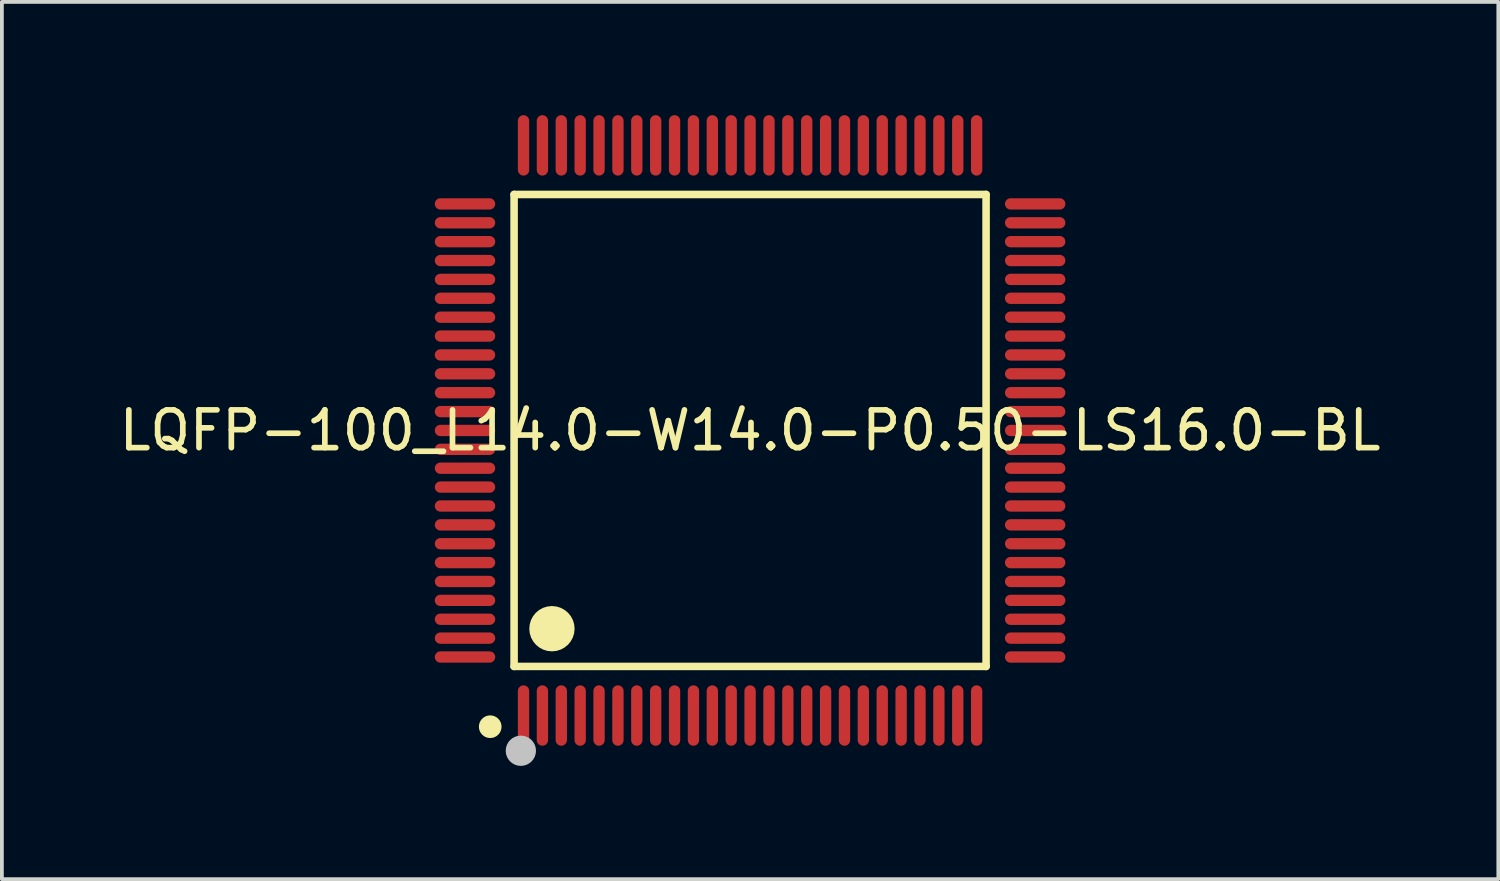
<source format=kicad_pcb>
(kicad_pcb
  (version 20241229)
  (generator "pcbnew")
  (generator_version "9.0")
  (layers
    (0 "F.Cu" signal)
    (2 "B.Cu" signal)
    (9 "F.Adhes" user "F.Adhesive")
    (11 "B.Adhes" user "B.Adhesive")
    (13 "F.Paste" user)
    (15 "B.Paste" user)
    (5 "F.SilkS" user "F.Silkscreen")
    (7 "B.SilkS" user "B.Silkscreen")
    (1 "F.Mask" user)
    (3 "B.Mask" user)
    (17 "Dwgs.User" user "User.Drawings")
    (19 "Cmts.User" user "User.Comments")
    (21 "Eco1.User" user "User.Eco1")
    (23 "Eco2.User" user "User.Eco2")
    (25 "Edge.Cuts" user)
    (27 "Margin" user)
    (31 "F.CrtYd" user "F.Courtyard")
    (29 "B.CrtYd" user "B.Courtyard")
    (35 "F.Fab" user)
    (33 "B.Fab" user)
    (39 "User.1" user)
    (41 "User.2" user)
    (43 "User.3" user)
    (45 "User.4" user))
  (footprint "LQFP-100_L14.0-W14.0-P0.50-LS16.0-BL"
    (layer "F.Cu")
    (at 16.815 8.35)
    (property "Reference" "LQFP-100_L14.0-W14.0-P0.50-LS16.0-BL" (at 0 0 0) (layer "F.SilkS") (effects (font (size 1 1) (thickness 0.15))))
    (fp_line (start -6.25 -6.25) (end -6.25 6.25) (stroke (width 0.2) (type default)) (layer "F.SilkS"))
    (fp_line (start -6.25 6.25) (end 6.25 6.25) (stroke (width 0.2) (type default)) (layer "F.SilkS"))
    (fp_line (start 6.25 -6.25) (end -6.25 -6.25) (stroke (width 0.2) (type default)) (layer "F.SilkS"))
    (fp_line (start 6.25 6.25) (end 6.25 -6.25) (stroke (width 0.2) (type default)) (layer "F.SilkS"))
    (fp_arc (start -6.881 7.696) (mid -6.88175 7.996003) (end -6.8835 7.696) (stroke (width 0.3) (type default)) (layer "F.SilkS"))
    (fp_arc (start -5.245 4.9505) (mid -5.2475 5.55051) (end -5.25 4.9505) (stroke (width 0.6) (type default)) (layer "F.SilkS"))
    (fp_circle (center -6.071 8.483) (end -5.87 8.483) (stroke (width 0.4) (type default)) (fill no) (layer "Dwgs.User"))
    (fp_poly (pts (xy -8 -5.89) (xy -8 -6.11) (xy -7.4 -6.11) (xy -7.4 -5.89)) (stroke (width 0.1) (type default)) (fill no) (layer "User.1"))
    (fp_poly (pts (xy -8 -5.39) (xy -8 -5.61) (xy -7.4 -5.61) (xy -7.4 -5.39)) (stroke (width 0.1) (type default)) (fill no) (layer "User.1"))
    (fp_poly (pts (xy -8 -4.89) (xy -8 -5.11) (xy -7.4 -5.11) (xy -7.4 -4.89)) (stroke (width 0.1) (type default)) (fill no) (layer "User.1"))
    (fp_poly (pts (xy -8 -4.39) (xy -8 -4.61) (xy -7.4 -4.61) (xy -7.4 -4.39)) (stroke (width 0.1) (type default)) (fill no) (layer "User.1"))
    (fp_poly (pts (xy -8 -3.89) (xy -8 -4.11) (xy -7.4 -4.11) (xy -7.4 -3.89)) (stroke (width 0.1) (type default)) (fill no) (layer "User.1"))
    (fp_poly (pts (xy -8 -3.39) (xy -8 -3.61) (xy -7.4 -3.61) (xy -7.4 -3.39)) (stroke (width 0.1) (type default)) (fill no) (layer "User.1"))
    (fp_poly (pts (xy -8 -2.89) (xy -8 -3.11) (xy -7.4 -3.11) (xy -7.4 -2.89)) (stroke (width 0.1) (type default)) (fill no) (layer "User.1"))
    (fp_poly (pts (xy -8 -2.39) (xy -8 -2.61) (xy -7.4 -2.61) (xy -7.4 -2.39)) (stroke (width 0.1) (type default)) (fill no) (layer "User.1"))
    (fp_poly (pts (xy -8 -1.89) (xy -8 -2.11) (xy -7.4 -2.11) (xy -7.4 -1.89)) (stroke (width 0.1) (type default)) (fill no) (layer "User.1"))
    (fp_poly (pts (xy -8 -1.39) (xy -8 -1.61) (xy -7.4 -1.61) (xy -7.4 -1.39)) (stroke (width 0.1) (type default)) (fill no) (layer "User.1"))
    (fp_poly (pts (xy -8 -0.89) (xy -8 -1.11) (xy -7.4 -1.11) (xy -7.4 -0.89)) (stroke (width 0.1) (type default)) (fill no) (layer "User.1"))
    (fp_poly (pts (xy -8 -0.39) (xy -8 -0.61) (xy -7.4 -0.61) (xy -7.4 -0.39)) (stroke (width 0.1) (type default)) (fill no) (layer "User.1"))
    (fp_poly (pts (xy -8 0.11) (xy -8 -0.11) (xy -7.4 -0.11) (xy -7.4 0.11)) (stroke (width 0.1) (type default)) (fill no) (layer "User.1"))
    (fp_poly (pts (xy -8 0.61) (xy -8 0.39) (xy -7.4 0.39) (xy -7.4 0.61)) (stroke (width 0.1) (type default)) (fill no) (layer "User.1"))
    (fp_poly (pts (xy -8 1.11) (xy -8 0.89) (xy -7.4 0.89) (xy -7.4 1.11)) (stroke (width 0.1) (type default)) (fill no) (layer "User.1"))
    (fp_poly (pts (xy -8 1.61) (xy -8 1.39) (xy -7.4 1.39) (xy -7.4 1.61)) (stroke (width 0.1) (type default)) (fill no) (layer "User.1"))
    (fp_poly (pts (xy -8 2.11) (xy -8 1.89) (xy -7.4 1.89) (xy -7.4 2.11)) (stroke (width 0.1) (type default)) (fill no) (layer "User.1"))
    (fp_poly (pts (xy -8 2.61) (xy -8 2.39) (xy -7.4 2.39) (xy -7.4 2.61)) (stroke (width 0.1) (type default)) (fill no) (layer "User.1"))
    (fp_poly (pts (xy -8 3.11) (xy -8 2.89) (xy -7.4 2.89) (xy -7.4 3.11)) (stroke (width 0.1) (type default)) (fill no) (layer "User.1"))
    (fp_poly (pts (xy -8 3.61) (xy -8 3.39) (xy -7.4 3.39) (xy -7.4 3.61)) (stroke (width 0.1) (type default)) (fill no) (layer "User.1"))
    (fp_poly (pts (xy -8 4.11) (xy -8 3.89) (xy -7.4 3.89) (xy -7.4 4.11)) (stroke (width 0.1) (type default)) (fill no) (layer "User.1"))
    (fp_poly (pts (xy -8 4.61) (xy -8 4.39) (xy -7.4 4.39) (xy -7.4 4.61)) (stroke (width 0.1) (type default)) (fill no) (layer "User.1"))
    (fp_poly (pts (xy -8 5.11) (xy -8 4.89) (xy -7.4 4.89) (xy -7.4 5.11)) (stroke (width 0.1) (type default)) (fill no) (layer "User.1"))
    (fp_poly (pts (xy -8 5.61) (xy -8 5.39) (xy -7.4 5.39) (xy -7.4 5.61)) (stroke (width 0.1) (type default)) (fill no) (layer "User.1"))
    (fp_poly (pts (xy -8 6.11) (xy -8 5.89) (xy -7.4 5.89) (xy -7.4 6.11)) (stroke (width 0.1) (type default)) (fill no) (layer "User.1"))
    (fp_poly (pts (xy -7.41 -5.89) (xy -7.41 -6.11) (xy -6.99 -6.11) (xy -6.99 -5.89)) (stroke (width 0.1) (type default)) (fill no) (layer "User.1"))
    (fp_poly (pts (xy -7.41 -5.39) (xy -7.41 -5.61) (xy -6.99 -5.61) (xy -6.99 -5.39)) (stroke (width 0.1) (type default)) (fill no) (layer "User.1"))
    (fp_poly (pts (xy -7.41 -4.89) (xy -7.41 -5.11) (xy -6.99 -5.11) (xy -6.99 -4.89)) (stroke (width 0.1) (type default)) (fill no) (layer "User.1"))
    (fp_poly (pts (xy -7.41 -4.39) (xy -7.41 -4.61) (xy -6.99 -4.61) (xy -6.99 -4.39)) (stroke (width 0.1) (type default)) (fill no) (layer "User.1"))
    (fp_poly (pts (xy -7.41 -3.89) (xy -7.41 -4.11) (xy -6.99 -4.11) (xy -6.99 -3.89)) (stroke (width 0.1) (type default)) (fill no) (layer "User.1"))
    (fp_poly (pts (xy -7.41 -3.39) (xy -7.41 -3.61) (xy -6.99 -3.61) (xy -6.99 -3.39)) (stroke (width 0.1) (type default)) (fill no) (layer "User.1"))
    (fp_poly (pts (xy -7.41 -2.89) (xy -7.41 -3.11) (xy -6.99 -3.11) (xy -6.99 -2.89)) (stroke (width 0.1) (type default)) (fill no) (layer "User.1"))
    (fp_poly (pts (xy -7.41 -2.39) (xy -7.41 -2.61) (xy -6.99 -2.61) (xy -6.99 -2.39)) (stroke (width 0.1) (type default)) (fill no) (layer "User.1"))
    (fp_poly (pts (xy -7.41 -1.89) (xy -7.41 -2.11) (xy -6.99 -2.11) (xy -6.99 -1.89)) (stroke (width 0.1) (type default)) (fill no) (layer "User.1"))
    (fp_poly (pts (xy -7.41 -1.39) (xy -7.41 -1.61) (xy -6.99 -1.61) (xy -6.99 -1.39)) (stroke (width 0.1) (type default)) (fill no) (layer "User.1"))
    (fp_poly (pts (xy -7.41 -0.89) (xy -7.41 -1.11) (xy -6.99 -1.11) (xy -6.99 -0.89)) (stroke (width 0.1) (type default)) (fill no) (layer "User.1"))
    (fp_poly (pts (xy -7.41 -0.39) (xy -7.41 -0.61) (xy -6.99 -0.61) (xy -6.99 -0.39)) (stroke (width 0.1) (type default)) (fill no) (layer "User.1"))
    (fp_poly (pts (xy -7.41 0.11) (xy -7.41 -0.11) (xy -6.99 -0.11) (xy -6.99 0.11)) (stroke (width 0.1) (type default)) (fill no) (layer "User.1"))
    (fp_poly (pts (xy -7.41 0.61) (xy -7.41 0.39) (xy -6.99 0.39) (xy -6.99 0.61)) (stroke (width 0.1) (type default)) (fill no) (layer "User.1"))
    (fp_poly (pts (xy -7.41 1.11) (xy -7.41 0.89) (xy -6.99 0.89) (xy -6.99 1.11)) (stroke (width 0.1) (type default)) (fill no) (layer "User.1"))
    (fp_poly (pts (xy -7.41 1.61) (xy -7.41 1.39) (xy -6.99 1.39) (xy -6.99 1.61)) (stroke (width 0.1) (type default)) (fill no) (layer "User.1"))
    (fp_poly (pts (xy -7.41 2.11) (xy -7.41 1.89) (xy -6.99 1.89) (xy -6.99 2.11)) (stroke (width 0.1) (type default)) (fill no) (layer "User.1"))
    (fp_poly (pts (xy -7.41 2.61) (xy -7.41 2.39) (xy -6.99 2.39) (xy -6.99 2.61)) (stroke (width 0.1) (type default)) (fill no) (layer "User.1"))
    (fp_poly (pts (xy -7.41 3.11) (xy -7.41 2.89) (xy -6.99 2.89) (xy -6.99 3.11)) (stroke (width 0.1) (type default)) (fill no) (layer "User.1"))
    (fp_poly (pts (xy -7.41 3.61) (xy -7.41 3.39) (xy -6.99 3.39) (xy -6.99 3.61)) (stroke (width 0.1) (type default)) (fill no) (layer "User.1"))
    (fp_poly (pts (xy -7.41 4.11) (xy -7.41 3.89) (xy -6.99 3.89) (xy -6.99 4.11)) (stroke (width 0.1) (type default)) (fill no) (layer "User.1"))
    (fp_poly (pts (xy -7.41 4.61) (xy -7.41 4.39) (xy -6.99 4.39) (xy -6.99 4.61)) (stroke (width 0.1) (type default)) (fill no) (layer "User.1"))
    (fp_poly (pts (xy -7.41 5.11) (xy -7.41 4.89) (xy -6.99 4.89) (xy -6.99 5.11)) (stroke (width 0.1) (type default)) (fill no) (layer "User.1"))
    (fp_poly (pts (xy -7.41 5.61) (xy -7.41 5.39) (xy -6.99 5.39) (xy -6.99 5.61)) (stroke (width 0.1) (type default)) (fill no) (layer "User.1"))
    (fp_poly (pts (xy -7.41 6.11) (xy -7.41 5.89) (xy -6.99 5.89) (xy -6.99 6.11)) (stroke (width 0.1) (type default)) (fill no) (layer "User.1"))
    (fp_poly (pts (xy -6.11 -7.4) (xy -6.11 -8) (xy -5.89 -8) (xy -5.89 -7.4)) (stroke (width 0.1) (type default)) (fill no) (layer "User.1"))
    (fp_poly (pts (xy -6.11 -6.99) (xy -6.11 -7.41) (xy -5.89 -7.41) (xy -5.89 -6.99)) (stroke (width 0.1) (type default)) (fill no) (layer "User.1"))
    (fp_poly (pts (xy -6.11 7.41) (xy -6.11 6.99) (xy -5.89 6.99) (xy -5.89 7.41)) (stroke (width 0.1) (type default)) (fill no) (layer "User.1"))
    (fp_poly (pts (xy -6.11 8) (xy -6.11 7.4) (xy -5.89 7.4) (xy -5.89 8)) (stroke (width 0.1) (type default)) (fill no) (layer "User.1"))
    (fp_poly (pts (xy -5.61 -7.4) (xy -5.61 -8) (xy -5.39 -8) (xy -5.39 -7.4)) (stroke (width 0.1) (type default)) (fill no) (layer "User.1"))
    (fp_poly (pts (xy -5.61 -6.99) (xy -5.61 -7.41) (xy -5.39 -7.41) (xy -5.39 -6.99)) (stroke (width 0.1) (type default)) (fill no) (layer "User.1"))
    (fp_poly (pts (xy -5.61 7.41) (xy -5.61 6.99) (xy -5.39 6.99) (xy -5.39 7.41)) (stroke (width 0.1) (type default)) (fill no) (layer "User.1"))
    (fp_poly (pts (xy -5.61 8) (xy -5.61 7.4) (xy -5.39 7.4) (xy -5.39 8)) (stroke (width 0.1) (type default)) (fill no) (layer "User.1"))
    (fp_poly (pts (xy -5.11 -7.4) (xy -5.11 -8) (xy -4.89 -8) (xy -4.89 -7.4)) (stroke (width 0.1) (type default)) (fill no) (layer "User.1"))
    (fp_poly (pts (xy -5.11 -6.99) (xy -5.11 -7.41) (xy -4.89 -7.41) (xy -4.89 -6.99)) (stroke (width 0.1) (type default)) (fill no) (layer "User.1"))
    (fp_poly (pts (xy -5.11 7.41) (xy -5.11 6.99) (xy -4.89 6.99) (xy -4.89 7.41)) (stroke (width 0.1) (type default)) (fill no) (layer "User.1"))
    (fp_poly (pts (xy -5.11 8) (xy -5.11 7.4) (xy -4.89 7.4) (xy -4.89 8)) (stroke (width 0.1) (type default)) (fill no) (layer "User.1"))
    (fp_poly (pts (xy -4.61 -7.4) (xy -4.61 -8) (xy -4.39 -8) (xy -4.39 -7.4)) (stroke (width 0.1) (type default)) (fill no) (layer "User.1"))
    (fp_poly (pts (xy -4.61 -6.99) (xy -4.61 -7.41) (xy -4.39 -7.41) (xy -4.39 -6.99)) (stroke (width 0.1) (type default)) (fill no) (layer "User.1"))
    (fp_poly (pts (xy -4.61 7.41) (xy -4.61 6.99) (xy -4.39 6.99) (xy -4.39 7.41)) (stroke (width 0.1) (type default)) (fill no) (layer "User.1"))
    (fp_poly (pts (xy -4.61 8) (xy -4.61 7.4) (xy -4.39 7.4) (xy -4.39 8)) (stroke (width 0.1) (type default)) (fill no) (layer "User.1"))
    (fp_poly (pts (xy -4.11 -7.4) (xy -4.11 -8) (xy -3.89 -8) (xy -3.89 -7.4)) (stroke (width 0.1) (type default)) (fill no) (layer "User.1"))
    (fp_poly (pts (xy -4.11 -6.99) (xy -4.11 -7.41) (xy -3.89 -7.41) (xy -3.89 -6.99)) (stroke (width 0.1) (type default)) (fill no) (layer "User.1"))
    (fp_poly (pts (xy -4.11 7.41) (xy -4.11 6.99) (xy -3.89 6.99) (xy -3.89 7.41)) (stroke (width 0.1) (type default)) (fill no) (layer "User.1"))
    (fp_poly (pts (xy -4.11 8) (xy -4.11 7.4) (xy -3.89 7.4) (xy -3.89 8)) (stroke (width 0.1) (type default)) (fill no) (layer "User.1"))
    (fp_poly (pts (xy -3.61 -7.4) (xy -3.61 -8) (xy -3.39 -8) (xy -3.39 -7.4)) (stroke (width 0.1) (type default)) (fill no) (layer "User.1"))
    (fp_poly (pts (xy -3.61 -6.99) (xy -3.61 -7.41) (xy -3.39 -7.41) (xy -3.39 -6.99)) (stroke (width 0.1) (type default)) (fill no) (layer "User.1"))
    (fp_poly (pts (xy -3.61 7.41) (xy -3.61 6.99) (xy -3.39 6.99) (xy -3.39 7.41)) (stroke (width 0.1) (type default)) (fill no) (layer "User.1"))
    (fp_poly (pts (xy -3.61 8) (xy -3.61 7.4) (xy -3.39 7.4) (xy -3.39 8)) (stroke (width 0.1) (type default)) (fill no) (layer "User.1"))
    (fp_poly (pts (xy -3.11 -7.4) (xy -3.11 -8) (xy -2.89 -8) (xy -2.89 -7.4)) (stroke (width 0.1) (type default)) (fill no) (layer "User.1"))
    (fp_poly (pts (xy -3.11 -6.99) (xy -3.11 -7.41) (xy -2.89 -7.41) (xy -2.89 -6.99)) (stroke (width 0.1) (type default)) (fill no) (layer "User.1"))
    (fp_poly (pts (xy -3.11 7.41) (xy -3.11 6.99) (xy -2.89 6.99) (xy -2.89 7.41)) (stroke (width 0.1) (type default)) (fill no) (layer "User.1"))
    (fp_poly (pts (xy -3.11 8) (xy -3.11 7.4) (xy -2.89 7.4) (xy -2.89 8)) (stroke (width 0.1) (type default)) (fill no) (layer "User.1"))
    (fp_poly (pts (xy -2.61 -7.4) (xy -2.61 -8) (xy -2.39 -8) (xy -2.39 -7.4)) (stroke (width 0.1) (type default)) (fill no) (layer "User.1"))
    (fp_poly (pts (xy -2.61 -6.99) (xy -2.61 -7.41) (xy -2.39 -7.41) (xy -2.39 -6.99)) (stroke (width 0.1) (type default)) (fill no) (layer "User.1"))
    (fp_poly (pts (xy -2.61 7.41) (xy -2.61 6.99) (xy -2.39 6.99) (xy -2.39 7.41)) (stroke (width 0.1) (type default)) (fill no) (layer "User.1"))
    (fp_poly (pts (xy -2.61 8) (xy -2.61 7.4) (xy -2.39 7.4) (xy -2.39 8)) (stroke (width 0.1) (type default)) (fill no) (layer "User.1"))
    (fp_poly (pts (xy -2.11 -7.4) (xy -2.11 -8) (xy -1.89 -8) (xy -1.89 -7.4)) (stroke (width 0.1) (type default)) (fill no) (layer "User.1"))
    (fp_poly (pts (xy -2.11 -6.99) (xy -2.11 -7.41) (xy -1.89 -7.41) (xy -1.89 -6.99)) (stroke (width 0.1) (type default)) (fill no) (layer "User.1"))
    (fp_poly (pts (xy -2.11 7.41) (xy -2.11 6.99) (xy -1.89 6.99) (xy -1.89 7.41)) (stroke (width 0.1) (type default)) (fill no) (layer "User.1"))
    (fp_poly (pts (xy -2.11 8) (xy -2.11 7.4) (xy -1.89 7.4) (xy -1.89 8)) (stroke (width 0.1) (type default)) (fill no) (layer "User.1"))
    (fp_poly (pts (xy -1.61 -7.4) (xy -1.61 -8) (xy -1.39 -8) (xy -1.39 -7.4)) (stroke (width 0.1) (type default)) (fill no) (layer "User.1"))
    (fp_poly (pts (xy -1.61 -6.99) (xy -1.61 -7.41) (xy -1.39 -7.41) (xy -1.39 -6.99)) (stroke (width 0.1) (type default)) (fill no) (layer "User.1"))
    (fp_poly (pts (xy -1.61 7.41) (xy -1.61 6.99) (xy -1.39 6.99) (xy -1.39 7.41)) (stroke (width 0.1) (type default)) (fill no) (layer "User.1"))
    (fp_poly (pts (xy -1.61 8) (xy -1.61 7.4) (xy -1.39 7.4) (xy -1.39 8)) (stroke (width 0.1) (type default)) (fill no) (layer "User.1"))
    (fp_poly (pts (xy -1.11 -7.4) (xy -1.11 -8) (xy -0.89 -8) (xy -0.89 -7.4)) (stroke (width 0.1) (type default)) (fill no) (layer "User.1"))
    (fp_poly (pts (xy -1.11 -6.99) (xy -1.11 -7.41) (xy -0.89 -7.41) (xy -0.89 -6.99)) (stroke (width 0.1) (type default)) (fill no) (layer "User.1"))
    (fp_poly (pts (xy -1.11 7.41) (xy -1.11 6.99) (xy -0.89 6.99) (xy -0.89 7.41)) (stroke (width 0.1) (type default)) (fill no) (layer "User.1"))
    (fp_poly (pts (xy -1.11 8) (xy -1.11 7.4) (xy -0.89 7.4) (xy -0.89 8)) (stroke (width 0.1) (type default)) (fill no) (layer "User.1"))
    (fp_poly (pts (xy -0.61 -7.4) (xy -0.61 -8) (xy -0.39 -8) (xy -0.39 -7.4)) (stroke (width 0.1) (type default)) (fill no) (layer "User.1"))
    (fp_poly (pts (xy -0.61 -6.99) (xy -0.61 -7.41) (xy -0.39 -7.41) (xy -0.39 -6.99)) (stroke (width 0.1) (type default)) (fill no) (layer "User.1"))
    (fp_poly (pts (xy -0.61 7.41) (xy -0.61 6.99) (xy -0.39 6.99) (xy -0.39 7.41)) (stroke (width 0.1) (type default)) (fill no) (layer "User.1"))
    (fp_poly (pts (xy -0.61 8) (xy -0.61 7.4) (xy -0.39 7.4) (xy -0.39 8)) (stroke (width 0.1) (type default)) (fill no) (layer "User.1"))
    (fp_poly (pts (xy -0.11 -7.4) (xy -0.11 -8) (xy 0.11 -8) (xy 0.11 -7.4)) (stroke (width 0.1) (type default)) (fill no) (layer "User.1"))
    (fp_poly (pts (xy -0.11 -6.99) (xy -0.11 -7.41) (xy 0.11 -7.41) (xy 0.11 -6.99)) (stroke (width 0.1) (type default)) (fill no) (layer "User.1"))
    (fp_poly (pts (xy -0.11 7.41) (xy -0.11 6.99) (xy 0.11 6.99) (xy 0.11 7.41)) (stroke (width 0.1) (type default)) (fill no) (layer "User.1"))
    (fp_poly (pts (xy -0.11 8) (xy -0.11 7.4) (xy 0.11 7.4) (xy 0.11 8)) (stroke (width 0.1) (type default)) (fill no) (layer "User.1"))
    (fp_poly (pts (xy 0.39 -7.4) (xy 0.39 -8) (xy 0.61 -8) (xy 0.61 -7.4)) (stroke (width 0.1) (type default)) (fill no) (layer "User.1"))
    (fp_poly (pts (xy 0.39 -6.99) (xy 0.39 -7.41) (xy 0.61 -7.41) (xy 0.61 -6.99)) (stroke (width 0.1) (type default)) (fill no) (layer "User.1"))
    (fp_poly (pts (xy 0.39 7.41) (xy 0.39 6.99) (xy 0.61 6.99) (xy 0.61 7.41)) (stroke (width 0.1) (type default)) (fill no) (layer "User.1"))
    (fp_poly (pts (xy 0.39 8) (xy 0.39 7.4) (xy 0.61 7.4) (xy 0.61 8)) (stroke (width 0.1) (type default)) (fill no) (layer "User.1"))
    (fp_poly (pts (xy 0.89 -7.4) (xy 0.89 -8) (xy 1.11 -8) (xy 1.11 -7.4)) (stroke (width 0.1) (type default)) (fill no) (layer "User.1"))
    (fp_poly (pts (xy 0.89 -6.99) (xy 0.89 -7.41) (xy 1.11 -7.41) (xy 1.11 -6.99)) (stroke (width 0.1) (type default)) (fill no) (layer "User.1"))
    (fp_poly (pts (xy 0.89 7.41) (xy 0.89 6.99) (xy 1.11 6.99) (xy 1.11 7.41)) (stroke (width 0.1) (type default)) (fill no) (layer "User.1"))
    (fp_poly (pts (xy 0.89 8) (xy 0.89 7.4) (xy 1.11 7.4) (xy 1.11 8)) (stroke (width 0.1) (type default)) (fill no) (layer "User.1"))
    (fp_poly (pts (xy 1.39 -7.4) (xy 1.39 -8) (xy 1.61 -8) (xy 1.61 -7.4)) (stroke (width 0.1) (type default)) (fill no) (layer "User.1"))
    (fp_poly (pts (xy 1.39 -6.99) (xy 1.39 -7.41) (xy 1.61 -7.41) (xy 1.61 -6.99)) (stroke (width 0.1) (type default)) (fill no) (layer "User.1"))
    (fp_poly (pts (xy 1.39 7.41) (xy 1.39 6.99) (xy 1.61 6.99) (xy 1.61 7.41)) (stroke (width 0.1) (type default)) (fill no) (layer "User.1"))
    (fp_poly (pts (xy 1.39 8) (xy 1.39 7.4) (xy 1.61 7.4) (xy 1.61 8)) (stroke (width 0.1) (type default)) (fill no) (layer "User.1"))
    (fp_poly (pts (xy 1.89 -7.4) (xy 1.89 -8) (xy 2.11 -8) (xy 2.11 -7.4)) (stroke (width 0.1) (type default)) (fill no) (layer "User.1"))
    (fp_poly (pts (xy 1.89 -6.99) (xy 1.89 -7.41) (xy 2.11 -7.41) (xy 2.11 -6.99)) (stroke (width 0.1) (type default)) (fill no) (layer "User.1"))
    (fp_poly (pts (xy 1.89 7.41) (xy 1.89 6.99) (xy 2.11 6.99) (xy 2.11 7.41)) (stroke (width 0.1) (type default)) (fill no) (layer "User.1"))
    (fp_poly (pts (xy 1.89 8) (xy 1.89 7.4) (xy 2.11 7.4) (xy 2.11 8)) (stroke (width 0.1) (type default)) (fill no) (layer "User.1"))
    (fp_poly (pts (xy 2.39 -7.4) (xy 2.39 -8) (xy 2.61 -8) (xy 2.61 -7.4)) (stroke (width 0.1) (type default)) (fill no) (layer "User.1"))
    (fp_poly (pts (xy 2.39 -6.99) (xy 2.39 -7.41) (xy 2.61 -7.41) (xy 2.61 -6.99)) (stroke (width 0.1) (type default)) (fill no) (layer "User.1"))
    (fp_poly (pts (xy 2.39 7.41) (xy 2.39 6.99) (xy 2.61 6.99) (xy 2.61 7.41)) (stroke (width 0.1) (type default)) (fill no) (layer "User.1"))
    (fp_poly (pts (xy 2.39 8) (xy 2.39 7.4) (xy 2.61 7.4) (xy 2.61 8)) (stroke (width 0.1) (type default)) (fill no) (layer "User.1"))
    (fp_poly (pts (xy 2.89 -7.4) (xy 2.89 -8) (xy 3.11 -8) (xy 3.11 -7.4)) (stroke (width 0.1) (type default)) (fill no) (layer "User.1"))
    (fp_poly (pts (xy 2.89 -6.99) (xy 2.89 -7.41) (xy 3.11 -7.41) (xy 3.11 -6.99)) (stroke (width 0.1) (type default)) (fill no) (layer "User.1"))
    (fp_poly (pts (xy 2.89 7.41) (xy 2.89 6.99) (xy 3.11 6.99) (xy 3.11 7.41)) (stroke (width 0.1) (type default)) (fill no) (layer "User.1"))
    (fp_poly (pts (xy 2.89 8) (xy 2.89 7.4) (xy 3.11 7.4) (xy 3.11 8)) (stroke (width 0.1) (type default)) (fill no) (layer "User.1"))
    (fp_poly (pts (xy 3.39 -7.4) (xy 3.39 -8) (xy 3.61 -8) (xy 3.61 -7.4)) (stroke (width 0.1) (type default)) (fill no) (layer "User.1"))
    (fp_poly (pts (xy 3.39 -6.99) (xy 3.39 -7.41) (xy 3.61 -7.41) (xy 3.61 -6.99)) (stroke (width 0.1) (type default)) (fill no) (layer "User.1"))
    (fp_poly (pts (xy 3.39 7.41) (xy 3.39 6.99) (xy 3.61 6.99) (xy 3.61 7.41)) (stroke (width 0.1) (type default)) (fill no) (layer "User.1"))
    (fp_poly (pts (xy 3.39 8) (xy 3.39 7.4) (xy 3.61 7.4) (xy 3.61 8)) (stroke (width 0.1) (type default)) (fill no) (layer "User.1"))
    (fp_poly (pts (xy 3.89 -7.4) (xy 3.89 -8) (xy 4.11 -8) (xy 4.11 -7.4)) (stroke (width 0.1) (type default)) (fill no) (layer "User.1"))
    (fp_poly (pts (xy 3.89 -6.99) (xy 3.89 -7.41) (xy 4.11 -7.41) (xy 4.11 -6.99)) (stroke (width 0.1) (type default)) (fill no) (layer "User.1"))
    (fp_poly (pts (xy 3.89 7.41) (xy 3.89 6.99) (xy 4.11 6.99) (xy 4.11 7.41)) (stroke (width 0.1) (type default)) (fill no) (layer "User.1"))
    (fp_poly (pts (xy 3.89 8) (xy 3.89 7.4) (xy 4.11 7.4) (xy 4.11 8)) (stroke (width 0.1) (type default)) (fill no) (layer "User.1"))
    (fp_poly (pts (xy 4.39 -7.4) (xy 4.39 -8) (xy 4.61 -8) (xy 4.61 -7.4)) (stroke (width 0.1) (type default)) (fill no) (layer "User.1"))
    (fp_poly (pts (xy 4.39 -6.99) (xy 4.39 -7.41) (xy 4.61 -7.41) (xy 4.61 -6.99)) (stroke (width 0.1) (type default)) (fill no) (layer "User.1"))
    (fp_poly (pts (xy 4.39 7.41) (xy 4.39 6.99) (xy 4.61 6.99) (xy 4.61 7.41)) (stroke (width 0.1) (type default)) (fill no) (layer "User.1"))
    (fp_poly (pts (xy 4.39 8) (xy 4.39 7.4) (xy 4.61 7.4) (xy 4.61 8)) (stroke (width 0.1) (type default)) (fill no) (layer "User.1"))
    (fp_poly (pts (xy 4.89 -7.4) (xy 4.89 -8) (xy 5.11 -8) (xy 5.11 -7.4)) (stroke (width 0.1) (type default)) (fill no) (layer "User.1"))
    (fp_poly (pts (xy 4.89 -6.99) (xy 4.89 -7.41) (xy 5.11 -7.41) (xy 5.11 -6.99)) (stroke (width 0.1) (type default)) (fill no) (layer "User.1"))
    (fp_poly (pts (xy 4.89 7.41) (xy 4.89 6.99) (xy 5.11 6.99) (xy 5.11 7.41)) (stroke (width 0.1) (type default)) (fill no) (layer "User.1"))
    (fp_poly (pts (xy 4.89 8) (xy 4.89 7.4) (xy 5.11 7.4) (xy 5.11 8)) (stroke (width 0.1) (type default)) (fill no) (layer "User.1"))
    (fp_poly (pts (xy 5.39 -7.4) (xy 5.39 -8) (xy 5.61 -8) (xy 5.61 -7.4)) (stroke (width 0.1) (type default)) (fill no) (layer "User.1"))
    (fp_poly (pts (xy 5.39 -6.99) (xy 5.39 -7.41) (xy 5.61 -7.41) (xy 5.61 -6.99)) (stroke (width 0.1) (type default)) (fill no) (layer "User.1"))
    (fp_poly (pts (xy 5.39 7.41) (xy 5.39 6.99) (xy 5.61 6.99) (xy 5.61 7.41)) (stroke (width 0.1) (type default)) (fill no) (layer "User.1"))
    (fp_poly (pts (xy 5.39 8) (xy 5.39 7.4) (xy 5.61 7.4) (xy 5.61 8)) (stroke (width 0.1) (type default)) (fill no) (layer "User.1"))
    (fp_poly (pts (xy 5.89 -7.4) (xy 5.89 -8) (xy 6.11 -8) (xy 6.11 -7.4)) (stroke (width 0.1) (type default)) (fill no) (layer "User.1"))
    (fp_poly (pts (xy 5.89 -6.99) (xy 5.89 -7.41) (xy 6.11 -7.41) (xy 6.11 -6.99)) (stroke (width 0.1) (type default)) (fill no) (layer "User.1"))
    (fp_poly (pts (xy 5.89 7.41) (xy 5.89 6.99) (xy 6.11 6.99) (xy 6.11 7.41)) (stroke (width 0.1) (type default)) (fill no) (layer "User.1"))
    (fp_poly (pts (xy 5.89 8) (xy 5.89 7.4) (xy 6.11 7.4) (xy 6.11 8)) (stroke (width 0.1) (type default)) (fill no) (layer "User.1"))
    (fp_poly (pts (xy 6.99 -5.89) (xy 6.99 -6.11) (xy 7.41 -6.11) (xy 7.41 -5.89)) (stroke (width 0.1) (type default)) (fill no) (layer "User.1"))
    (fp_poly (pts (xy 6.99 -5.39) (xy 6.99 -5.61) (xy 7.41 -5.61) (xy 7.41 -5.39)) (stroke (width 0.1) (type default)) (fill no) (layer "User.1"))
    (fp_poly (pts (xy 6.99 -4.89) (xy 6.99 -5.11) (xy 7.41 -5.11) (xy 7.41 -4.89)) (stroke (width 0.1) (type default)) (fill no) (layer "User.1"))
    (fp_poly (pts (xy 6.99 -4.39) (xy 6.99 -4.61) (xy 7.41 -4.61) (xy 7.41 -4.39)) (stroke (width 0.1) (type default)) (fill no) (layer "User.1"))
    (fp_poly (pts (xy 6.99 -3.89) (xy 6.99 -4.11) (xy 7.41 -4.11) (xy 7.41 -3.89)) (stroke (width 0.1) (type default)) (fill no) (layer "User.1"))
    (fp_poly (pts (xy 6.99 -3.39) (xy 6.99 -3.61) (xy 7.41 -3.61) (xy 7.41 -3.39)) (stroke (width 0.1) (type default)) (fill no) (layer "User.1"))
    (fp_poly (pts (xy 6.99 -2.89) (xy 6.99 -3.11) (xy 7.41 -3.11) (xy 7.41 -2.89)) (stroke (width 0.1) (type default)) (fill no) (layer "User.1"))
    (fp_poly (pts (xy 6.99 -2.39) (xy 6.99 -2.61) (xy 7.41 -2.61) (xy 7.41 -2.39)) (stroke (width 0.1) (type default)) (fill no) (layer "User.1"))
    (fp_poly (pts (xy 6.99 -1.89) (xy 6.99 -2.11) (xy 7.41 -2.11) (xy 7.41 -1.89)) (stroke (width 0.1) (type default)) (fill no) (layer "User.1"))
    (fp_poly (pts (xy 6.99 -1.39) (xy 6.99 -1.61) (xy 7.41 -1.61) (xy 7.41 -1.39)) (stroke (width 0.1) (type default)) (fill no) (layer "User.1"))
    (fp_poly (pts (xy 6.99 -0.89) (xy 6.99 -1.11) (xy 7.41 -1.11) (xy 7.41 -0.89)) (stroke (width 0.1) (type default)) (fill no) (layer "User.1"))
    (fp_poly (pts (xy 6.99 -0.39) (xy 6.99 -0.61) (xy 7.41 -0.61) (xy 7.41 -0.39)) (stroke (width 0.1) (type default)) (fill no) (layer "User.1"))
    (fp_poly (pts (xy 6.99 0.11) (xy 6.99 -0.11) (xy 7.41 -0.11) (xy 7.41 0.11)) (stroke (width 0.1) (type default)) (fill no) (layer "User.1"))
    (fp_poly (pts (xy 6.99 0.61) (xy 6.99 0.39) (xy 7.41 0.39) (xy 7.41 0.61)) (stroke (width 0.1) (type default)) (fill no) (layer "User.1"))
    (fp_poly (pts (xy 6.99 1.11) (xy 6.99 0.89) (xy 7.41 0.89) (xy 7.41 1.11)) (stroke (width 0.1) (type default)) (fill no) (layer "User.1"))
    (fp_poly (pts (xy 6.99 1.61) (xy 6.99 1.39) (xy 7.41 1.39) (xy 7.41 1.61)) (stroke (width 0.1) (type default)) (fill no) (layer "User.1"))
    (fp_poly (pts (xy 6.99 2.11) (xy 6.99 1.89) (xy 7.41 1.89) (xy 7.41 2.11)) (stroke (width 0.1) (type default)) (fill no) (layer "User.1"))
    (fp_poly (pts (xy 6.99 2.61) (xy 6.99 2.39) (xy 7.41 2.39) (xy 7.41 2.61)) (stroke (width 0.1) (type default)) (fill no) (layer "User.1"))
    (fp_poly (pts (xy 6.99 3.11) (xy 6.99 2.89) (xy 7.41 2.89) (xy 7.41 3.11)) (stroke (width 0.1) (type default)) (fill no) (layer "User.1"))
    (fp_poly (pts (xy 6.99 3.61) (xy 6.99 3.39) (xy 7.41 3.39) (xy 7.41 3.61)) (stroke (width 0.1) (type default)) (fill no) (layer "User.1"))
    (fp_poly (pts (xy 6.99 4.11) (xy 6.99 3.89) (xy 7.41 3.89) (xy 7.41 4.11)) (stroke (width 0.1) (type default)) (fill no) (layer "User.1"))
    (fp_poly (pts (xy 6.99 4.61) (xy 6.99 4.39) (xy 7.41 4.39) (xy 7.41 4.61)) (stroke (width 0.1) (type default)) (fill no) (layer "User.1"))
    (fp_poly (pts (xy 6.99 5.11) (xy 6.99 4.89) (xy 7.41 4.89) (xy 7.41 5.11)) (stroke (width 0.1) (type default)) (fill no) (layer "User.1"))
    (fp_poly (pts (xy 6.99 5.61) (xy 6.99 5.39) (xy 7.41 5.39) (xy 7.41 5.61)) (stroke (width 0.1) (type default)) (fill no) (layer "User.1"))
    (fp_poly (pts (xy 6.99 6.11) (xy 6.99 5.89) (xy 7.41 5.89) (xy 7.41 6.11)) (stroke (width 0.1) (type default)) (fill no) (layer "User.1"))
    (fp_poly (pts (xy 7.4 -5.89) (xy 7.4 -6.11) (xy 8 -6.11) (xy 8 -5.89)) (stroke (width 0.1) (type default)) (fill no) (layer "User.1"))
    (fp_poly (pts (xy 7.4 -5.39) (xy 7.4 -5.61) (xy 8 -5.61) (xy 8 -5.39)) (stroke (width 0.1) (type default)) (fill no) (layer "User.1"))
    (fp_poly (pts (xy 7.4 -4.89) (xy 7.4 -5.11) (xy 8 -5.11) (xy 8 -4.89)) (stroke (width 0.1) (type default)) (fill no) (layer "User.1"))
    (fp_poly (pts (xy 7.4 -4.39) (xy 7.4 -4.61) (xy 8 -4.61) (xy 8 -4.39)) (stroke (width 0.1) (type default)) (fill no) (layer "User.1"))
    (fp_poly (pts (xy 7.4 -3.89) (xy 7.4 -4.11) (xy 8 -4.11) (xy 8 -3.89)) (stroke (width 0.1) (type default)) (fill no) (layer "User.1"))
    (fp_poly (pts (xy 7.4 -3.39) (xy 7.4 -3.61) (xy 8 -3.61) (xy 8 -3.39)) (stroke (width 0.1) (type default)) (fill no) (layer "User.1"))
    (fp_poly (pts (xy 7.4 -2.89) (xy 7.4 -3.11) (xy 8 -3.11) (xy 8 -2.89)) (stroke (width 0.1) (type default)) (fill no) (layer "User.1"))
    (fp_poly (pts (xy 7.4 -2.39) (xy 7.4 -2.61) (xy 8 -2.61) (xy 8 -2.39)) (stroke (width 0.1) (type default)) (fill no) (layer "User.1"))
    (fp_poly (pts (xy 7.4 -1.89) (xy 7.4 -2.11) (xy 8 -2.11) (xy 8 -1.89)) (stroke (width 0.1) (type default)) (fill no) (layer "User.1"))
    (fp_poly (pts (xy 7.4 -1.39) (xy 7.4 -1.61) (xy 8 -1.61) (xy 8 -1.39)) (stroke (width 0.1) (type default)) (fill no) (layer "User.1"))
    (fp_poly (pts (xy 7.4 -0.89) (xy 7.4 -1.11) (xy 8 -1.11) (xy 8 -0.89)) (stroke (width 0.1) (type default)) (fill no) (layer "User.1"))
    (fp_poly (pts (xy 7.4 -0.39) (xy 7.4 -0.61) (xy 8 -0.61) (xy 8 -0.39)) (stroke (width 0.1) (type default)) (fill no) (layer "User.1"))
    (fp_poly (pts (xy 7.4 0.11) (xy 7.4 -0.11) (xy 8 -0.11) (xy 8 0.11)) (stroke (width 0.1) (type default)) (fill no) (layer "User.1"))
    (fp_poly (pts (xy 7.4 0.61) (xy 7.4 0.39) (xy 8 0.39) (xy 8 0.61)) (stroke (width 0.1) (type default)) (fill no) (layer "User.1"))
    (fp_poly (pts (xy 7.4 1.11) (xy 7.4 0.89) (xy 8 0.89) (xy 8 1.11)) (stroke (width 0.1) (type default)) (fill no) (layer "User.1"))
    (fp_poly (pts (xy 7.4 1.61) (xy 7.4 1.39) (xy 8 1.39) (xy 8 1.61)) (stroke (width 0.1) (type default)) (fill no) (layer "User.1"))
    (fp_poly (pts (xy 7.4 2.11) (xy 7.4 1.89) (xy 8 1.89) (xy 8 2.11)) (stroke (width 0.1) (type default)) (fill no) (layer "User.1"))
    (fp_poly (pts (xy 7.4 2.61) (xy 7.4 2.39) (xy 8 2.39) (xy 8 2.61)) (stroke (width 0.1) (type default)) (fill no) (layer "User.1"))
    (fp_poly (pts (xy 7.4 3.11) (xy 7.4 2.89) (xy 8 2.89) (xy 8 3.11)) (stroke (width 0.1) (type default)) (fill no) (layer "User.1"))
    (fp_poly (pts (xy 7.4 3.61) (xy 7.4 3.39) (xy 8 3.39) (xy 8 3.61)) (stroke (width 0.1) (type default)) (fill no) (layer "User.1"))
    (fp_poly (pts (xy 7.4 4.11) (xy 7.4 3.89) (xy 8 3.89) (xy 8 4.11)) (stroke (width 0.1) (type default)) (fill no) (layer "User.1"))
    (fp_poly (pts (xy 7.4 4.61) (xy 7.4 4.39) (xy 8 4.39) (xy 8 4.61)) (stroke (width 0.1) (type default)) (fill no) (layer "User.1"))
    (fp_poly (pts (xy 7.4 5.11) (xy 7.4 4.89) (xy 8 4.89) (xy 8 5.11)) (stroke (width 0.1) (type default)) (fill no) (layer "User.1"))
    (fp_poly (pts (xy 7.4 5.61) (xy 7.4 5.39) (xy 8 5.39) (xy 8 5.61)) (stroke (width 0.1) (type default)) (fill no) (layer "User.1"))
    (fp_poly (pts (xy 7.4 6.11) (xy 7.4 5.89) (xy 8 5.89) (xy 8 6.11)) (stroke (width 0.1) (type default)) (fill no) (layer "User.1"))
    (fp_line (start -7 -6.57) (end -6.57 -7) (stroke (width 0.051) (type default)) (layer "User.2"))
    (fp_line (start -7 6.32) (end -7 -6.57) (stroke (width 0.051) (type default)) (layer "User.2"))
    (fp_line (start -6.57 -7) (end 6.57 -7) (stroke (width 0.051) (type default)) (layer "User.2"))
    (fp_line (start -6.32 7) (end -7 6.32) (stroke (width 0.051) (type default)) (layer "User.2"))
    (fp_line (start 6.57 -7) (end 7 -6.57) (stroke (width 0.051) (type default)) (layer "User.2"))
    (fp_line (start 6.57 7) (end -6.32 7) (stroke (width 0.051) (type default)) (layer "User.2"))
    (fp_line (start 7 -6.57) (end 7 6.57) (stroke (width 0.051) (type default)) (layer "User.2"))
    (fp_line (start 7 6.57) (end 6.57 7) (stroke (width 0.051) (type default)) (layer "User.2"))
    (fp_poly (pts (xy -7.94 8) (xy -7.958 7.958) (xy -8 7.94) (xy -8.042 7.958) (xy -8.06 8) (xy -8.042 8.042) (xy -8 8.06) (xy -7.958 8.042)) (stroke (width 0.1) (type default)) (fill no) (layer "User.3"))
    (pad "1" smd oval (at -6 7.55) (size 0.3 1.6) (layers "F.Cu" "F.Mask" "F.Paste"))
    (pad "2" smd oval (at -5.5 7.55) (size 0.3 1.6) (layers "F.Cu" "F.Mask" "F.Paste"))
    (pad "3" smd oval (at -5 7.55) (size 0.3 1.6) (layers "F.Cu" "F.Mask" "F.Paste"))
    (pad "4" smd oval (at -4.5 7.55) (size 0.3 1.6) (layers "F.Cu" "F.Mask" "F.Paste"))
    (pad "5" smd oval (at -4 7.55) (size 0.3 1.6) (layers "F.Cu" "F.Mask" "F.Paste"))
    (pad "6" smd oval (at -3.5 7.55) (size 0.3 1.6) (layers "F.Cu" "F.Mask" "F.Paste"))
    (pad "7" smd oval (at -3 7.55) (size 0.3 1.6) (layers "F.Cu" "F.Mask" "F.Paste"))
    (pad "8" smd oval (at -2.5 7.55) (size 0.3 1.6) (layers "F.Cu" "F.Mask" "F.Paste"))
    (pad "9" smd oval (at -2 7.55) (size 0.3 1.6) (layers "F.Cu" "F.Mask" "F.Paste"))
    (pad "10" smd oval (at -1.5 7.55) (size 0.3 1.6) (layers "F.Cu" "F.Mask" "F.Paste"))
    (pad "11" smd oval (at -1 7.55) (size 0.3 1.6) (layers "F.Cu" "F.Mask" "F.Paste"))
    (pad "12" smd oval (at -0.5 7.55) (size 0.3 1.6) (layers "F.Cu" "F.Mask" "F.Paste"))
    (pad "13" smd oval (at 0 7.55) (size 0.3 1.6) (layers "F.Cu" "F.Mask" "F.Paste"))
    (pad "14" smd oval (at 0.5 7.55) (size 0.3 1.6) (layers "F.Cu" "F.Mask" "F.Paste"))
    (pad "15" smd oval (at 1 7.55) (size 0.3 1.6) (layers "F.Cu" "F.Mask" "F.Paste"))
    (pad "16" smd oval (at 1.5 7.55) (size 0.3 1.6) (layers "F.Cu" "F.Mask" "F.Paste"))
    (pad "17" smd oval (at 2 7.55) (size 0.3 1.6) (layers "F.Cu" "F.Mask" "F.Paste"))
    (pad "18" smd oval (at 2.5 7.55) (size 0.3 1.6) (layers "F.Cu" "F.Mask" "F.Paste"))
    (pad "19" smd oval (at 3 7.55) (size 0.3 1.6) (layers "F.Cu" "F.Mask" "F.Paste"))
    (pad "20" smd oval (at 3.5 7.55) (size 0.3 1.6) (layers "F.Cu" "F.Mask" "F.Paste"))
    (pad "21" smd oval (at 4 7.55) (size 0.3 1.6) (layers "F.Cu" "F.Mask" "F.Paste"))
    (pad "22" smd oval (at 4.5 7.55) (size 0.3 1.6) (layers "F.Cu" "F.Mask" "F.Paste"))
    (pad "23" smd oval (at 5 7.55) (size 0.3 1.6) (layers "F.Cu" "F.Mask" "F.Paste"))
    (pad "24" smd oval (at 5.5 7.55) (size 0.3 1.6) (layers "F.Cu" "F.Mask" "F.Paste"))
    (pad "25" smd oval (at 6 7.55) (size 0.3 1.6) (layers "F.Cu" "F.Mask" "F.Paste"))
    (pad "26" smd oval (at 7.55 6) (size 1.6 0.3) (layers "F.Cu" "F.Mask" "F.Paste"))
    (pad "27" smd oval (at 7.55 5.5) (size 1.6 0.3) (layers "F.Cu" "F.Mask" "F.Paste"))
    (pad "28" smd oval (at 7.55 5) (size 1.6 0.3) (layers "F.Cu" "F.Mask" "F.Paste"))
    (pad "29" smd oval (at 7.55 4.5) (size 1.6 0.3) (layers "F.Cu" "F.Mask" "F.Paste"))
    (pad "30" smd oval (at 7.55 4) (size 1.6 0.3) (layers "F.Cu" "F.Mask" "F.Paste"))
    (pad "31" smd oval (at 7.55 3.5) (size 1.6 0.3) (layers "F.Cu" "F.Mask" "F.Paste"))
    (pad "32" smd oval (at 7.55 3) (size 1.6 0.3) (layers "F.Cu" "F.Mask" "F.Paste"))
    (pad "33" smd oval (at 7.55 2.5) (size 1.6 0.3) (layers "F.Cu" "F.Mask" "F.Paste"))
    (pad "34" smd oval (at 7.55 2) (size 1.6 0.3) (layers "F.Cu" "F.Mask" "F.Paste"))
    (pad "35" smd oval (at 7.55 1.5) (size 1.6 0.3) (layers "F.Cu" "F.Mask" "F.Paste"))
    (pad "36" smd oval (at 7.55 1) (size 1.6 0.3) (layers "F.Cu" "F.Mask" "F.Paste"))
    (pad "37" smd oval (at 7.55 0.5) (size 1.6 0.3) (layers "F.Cu" "F.Mask" "F.Paste"))
    (pad "38" smd oval (at 7.55 0) (size 1.6 0.3) (layers "F.Cu" "F.Mask" "F.Paste"))
    (pad "39" smd oval (at 7.55 -0.5) (size 1.6 0.3) (layers "F.Cu" "F.Mask" "F.Paste"))
    (pad "40" smd oval (at 7.55 -1) (size 1.6 0.3) (layers "F.Cu" "F.Mask" "F.Paste"))
    (pad "41" smd oval (at 7.55 -1.5) (size 1.6 0.3) (layers "F.Cu" "F.Mask" "F.Paste"))
    (pad "42" smd oval (at 7.55 -2) (size 1.6 0.3) (layers "F.Cu" "F.Mask" "F.Paste"))
    (pad "43" smd oval (at 7.55 -2.5) (size 1.6 0.3) (layers "F.Cu" "F.Mask" "F.Paste"))
    (pad "44" smd oval (at 7.55 -3) (size 1.6 0.3) (layers "F.Cu" "F.Mask" "F.Paste"))
    (pad "45" smd oval (at 7.55 -3.5) (size 1.6 0.3) (layers "F.Cu" "F.Mask" "F.Paste"))
    (pad "46" smd oval (at 7.55 -4) (size 1.6 0.3) (layers "F.Cu" "F.Mask" "F.Paste"))
    (pad "47" smd oval (at 7.55 -4.5) (size 1.6 0.3) (layers "F.Cu" "F.Mask" "F.Paste"))
    (pad "48" smd oval (at 7.55 -5) (size 1.6 0.3) (layers "F.Cu" "F.Mask" "F.Paste"))
    (pad "49" smd oval (at 7.55 -5.5) (size 1.6 0.3) (layers "F.Cu" "F.Mask" "F.Paste"))
    (pad "50" smd oval (at 7.55 -6) (size 1.6 0.3) (layers "F.Cu" "F.Mask" "F.Paste"))
    (pad "51" smd oval (at 6 -7.55) (size 0.3 1.6) (layers "F.Cu" "F.Mask" "F.Paste"))
    (pad "52" smd oval (at 5.5 -7.55) (size 0.3 1.6) (layers "F.Cu" "F.Mask" "F.Paste"))
    (pad "53" smd oval (at 5 -7.55) (size 0.3 1.6) (layers "F.Cu" "F.Mask" "F.Paste"))
    (pad "54" smd oval (at 4.5 -7.55) (size 0.3 1.6) (layers "F.Cu" "F.Mask" "F.Paste"))
    (pad "55" smd oval (at 4 -7.55) (size 0.3 1.6) (layers "F.Cu" "F.Mask" "F.Paste"))
    (pad "56" smd oval (at 3.5 -7.55) (size 0.3 1.6) (layers "F.Cu" "F.Mask" "F.Paste"))
    (pad "57" smd oval (at 3 -7.55) (size 0.3 1.6) (layers "F.Cu" "F.Mask" "F.Paste"))
    (pad "58" smd oval (at 2.5 -7.55) (size 0.3 1.6) (layers "F.Cu" "F.Mask" "F.Paste"))
    (pad "59" smd oval (at 2 -7.55) (size 0.3 1.6) (layers "F.Cu" "F.Mask" "F.Paste"))
    (pad "60" smd oval (at 1.5 -7.55) (size 0.3 1.6) (layers "F.Cu" "F.Mask" "F.Paste"))
    (pad "61" smd oval (at 1 -7.55) (size 0.3 1.6) (layers "F.Cu" "F.Mask" "F.Paste"))
    (pad "62" smd oval (at 0.5 -7.55) (size 0.3 1.6) (layers "F.Cu" "F.Mask" "F.Paste"))
    (pad "63" smd oval (at 0 -7.55) (size 0.3 1.6) (layers "F.Cu" "F.Mask" "F.Paste"))
    (pad "64" smd oval (at -0.5 -7.55) (size 0.3 1.6) (layers "F.Cu" "F.Mask" "F.Paste"))
    (pad "65" smd oval (at -1 -7.55) (size 0.3 1.6) (layers "F.Cu" "F.Mask" "F.Paste"))
    (pad "66" smd oval (at -1.5 -7.55) (size 0.3 1.6) (layers "F.Cu" "F.Mask" "F.Paste"))
    (pad "67" smd oval (at -2 -7.55) (size 0.3 1.6) (layers "F.Cu" "F.Mask" "F.Paste"))
    (pad "68" smd oval (at -2.5 -7.55) (size 0.3 1.6) (layers "F.Cu" "F.Mask" "F.Paste"))
    (pad "69" smd oval (at -3 -7.55) (size 0.3 1.6) (layers "F.Cu" "F.Mask" "F.Paste"))
    (pad "70" smd oval (at -3.5 -7.55) (size 0.3 1.6) (layers "F.Cu" "F.Mask" "F.Paste"))
    (pad "71" smd oval (at -4 -7.55) (size 0.3 1.6) (layers "F.Cu" "F.Mask" "F.Paste"))
    (pad "72" smd oval (at -4.5 -7.55) (size 0.3 1.6) (layers "F.Cu" "F.Mask" "F.Paste"))
    (pad "73" smd oval (at -5 -7.55) (size 0.3 1.6) (layers "F.Cu" "F.Mask" "F.Paste"))
    (pad "74" smd oval (at -5.5 -7.55) (size 0.3 1.6) (layers "F.Cu" "F.Mask" "F.Paste"))
    (pad "75" smd oval (at -6 -7.55) (size 0.3 1.6) (layers "F.Cu" "F.Mask" "F.Paste"))
    (pad "76" smd oval (at -7.55 -6) (size 1.6 0.3) (layers "F.Cu" "F.Mask" "F.Paste"))
    (pad "77" smd oval (at -7.55 -5.5) (size 1.6 0.3) (layers "F.Cu" "F.Mask" "F.Paste"))
    (pad "78" smd oval (at -7.55 -5) (size 1.6 0.3) (layers "F.Cu" "F.Mask" "F.Paste"))
    (pad "79" smd oval (at -7.55 -4.5) (size 1.6 0.3) (layers "F.Cu" "F.Mask" "F.Paste"))
    (pad "80" smd oval (at -7.55 -4) (size 1.6 0.3) (layers "F.Cu" "F.Mask" "F.Paste"))
    (pad "81" smd oval (at -7.55 -3.5) (size 1.6 0.3) (layers "F.Cu" "F.Mask" "F.Paste"))
    (pad "82" smd oval (at -7.55 -3) (size 1.6 0.3) (layers "F.Cu" "F.Mask" "F.Paste"))
    (pad "83" smd oval (at -7.55 -2.5) (size 1.6 0.3) (layers "F.Cu" "F.Mask" "F.Paste"))
    (pad "84" smd oval (at -7.55 -2) (size 1.6 0.3) (layers "F.Cu" "F.Mask" "F.Paste"))
    (pad "85" smd oval (at -7.55 -1.5) (size 1.6 0.3) (layers "F.Cu" "F.Mask" "F.Paste"))
    (pad "86" smd oval (at -7.55 -1) (size 1.6 0.3) (layers "F.Cu" "F.Mask" "F.Paste"))
    (pad "87" smd oval (at -7.55 -0.5) (size 1.6 0.3) (layers "F.Cu" "F.Mask" "F.Paste"))
    (pad "88" smd oval (at -7.55 0) (size 1.6 0.3) (layers "F.Cu" "F.Mask" "F.Paste"))
    (pad "89" smd oval (at -7.55 0.5) (size 1.6 0.3) (layers "F.Cu" "F.Mask" "F.Paste"))
    (pad "90" smd oval (at -7.55 1) (size 1.6 0.3) (layers "F.Cu" "F.Mask" "F.Paste"))
    (pad "91" smd oval (at -7.55 1.5) (size 1.6 0.3) (layers "F.Cu" "F.Mask" "F.Paste"))
    (pad "92" smd oval (at -7.55 2) (size 1.6 0.3) (layers "F.Cu" "F.Mask" "F.Paste"))
    (pad "93" smd oval (at -7.55 2.5) (size 1.6 0.3) (layers "F.Cu" "F.Mask" "F.Paste"))
    (pad "94" smd oval (at -7.55 3) (size 1.6 0.3) (layers "F.Cu" "F.Mask" "F.Paste"))
    (pad "95" smd oval (at -7.55 3.5) (size 1.6 0.3) (layers "F.Cu" "F.Mask" "F.Paste"))
    (pad "96" smd oval (at -7.55 4) (size 1.6 0.3) (layers "F.Cu" "F.Mask" "F.Paste"))
    (pad "97" smd oval (at -7.55 4.5) (size 1.6 0.3) (layers "F.Cu" "F.Mask" "F.Paste"))
    (pad "98" smd oval (at -7.55 5) (size 1.6 0.3) (layers "F.Cu" "F.Mask" "F.Paste"))
    (pad "99" smd oval (at -7.55 5.5) (size 1.6 0.3) (layers "F.Cu" "F.Mask" "F.Paste"))
    (pad "100" smd oval (at -7.55 6) (size 1.6 0.3) (layers "F.Cu" "F.Mask" "F.Paste")))
  (gr_rect
    (start -3 -3)
    (end 36.631 20.233)
    (stroke (width 0.1) (type default))
    (fill no)
    (layer "Edge.Cuts")))
</source>
